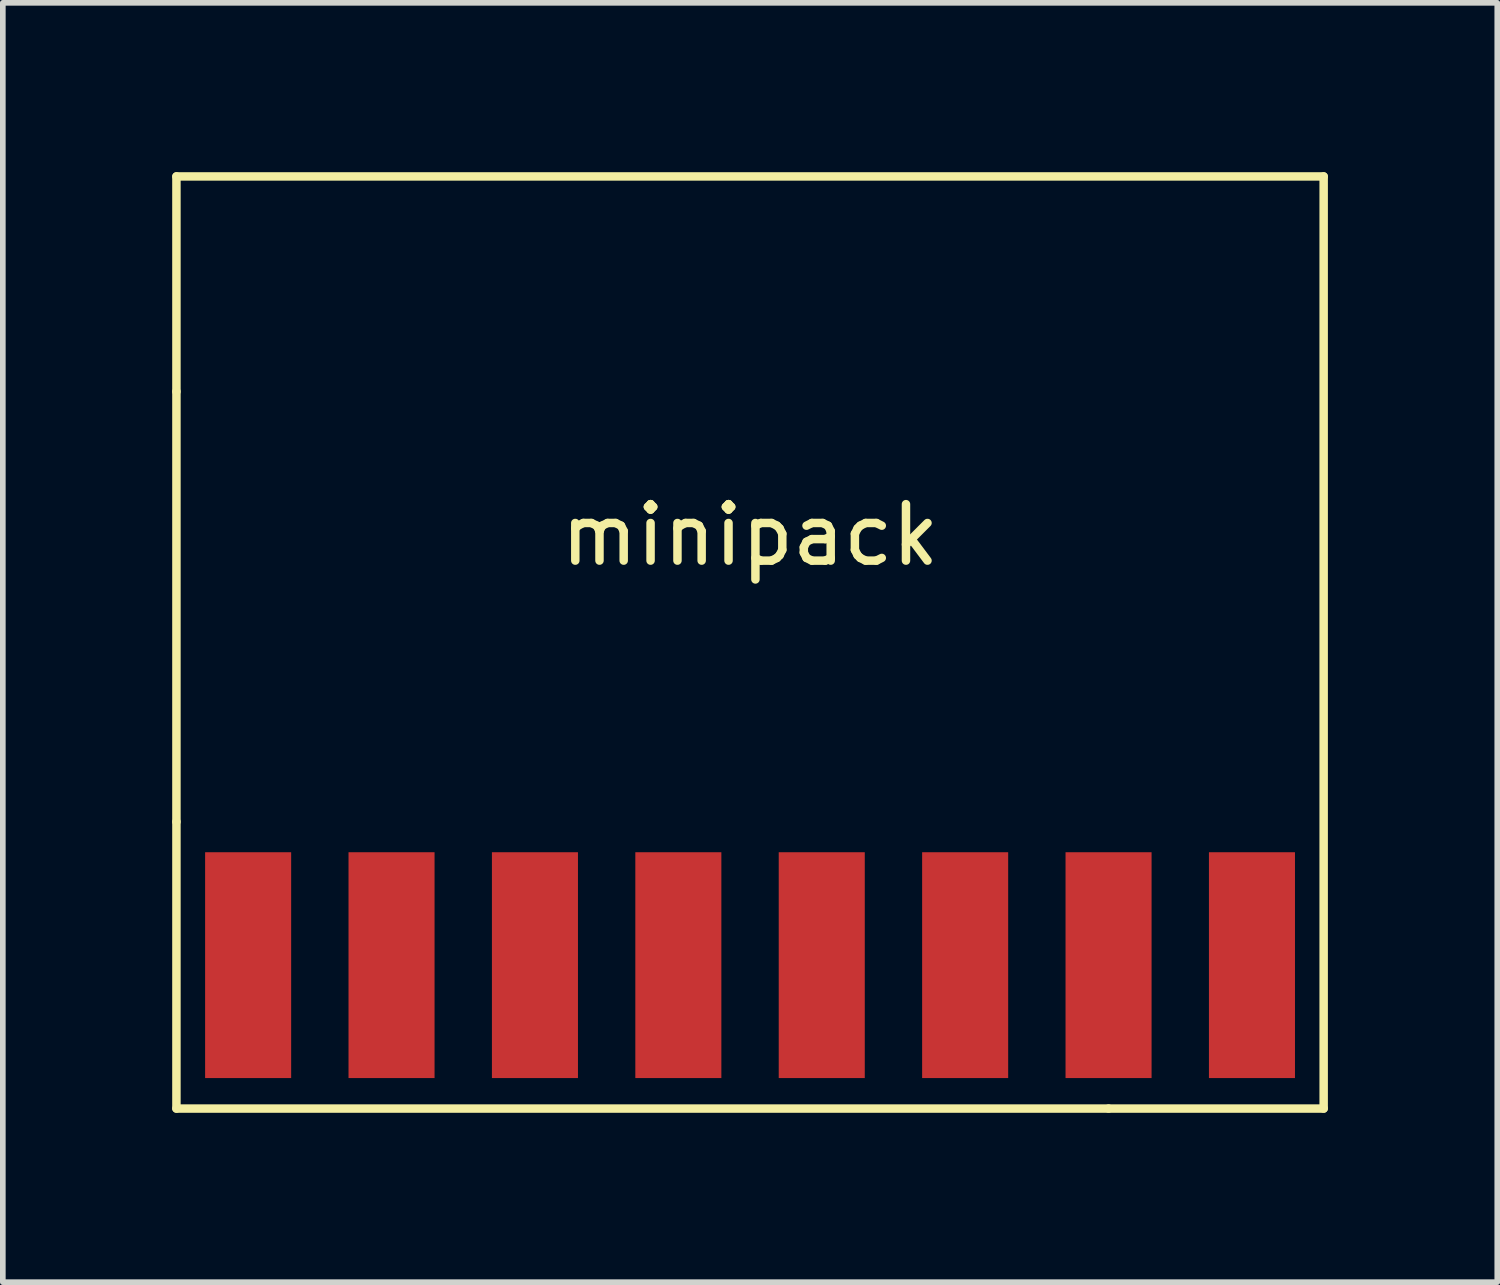
<source format=kicad_pcb>
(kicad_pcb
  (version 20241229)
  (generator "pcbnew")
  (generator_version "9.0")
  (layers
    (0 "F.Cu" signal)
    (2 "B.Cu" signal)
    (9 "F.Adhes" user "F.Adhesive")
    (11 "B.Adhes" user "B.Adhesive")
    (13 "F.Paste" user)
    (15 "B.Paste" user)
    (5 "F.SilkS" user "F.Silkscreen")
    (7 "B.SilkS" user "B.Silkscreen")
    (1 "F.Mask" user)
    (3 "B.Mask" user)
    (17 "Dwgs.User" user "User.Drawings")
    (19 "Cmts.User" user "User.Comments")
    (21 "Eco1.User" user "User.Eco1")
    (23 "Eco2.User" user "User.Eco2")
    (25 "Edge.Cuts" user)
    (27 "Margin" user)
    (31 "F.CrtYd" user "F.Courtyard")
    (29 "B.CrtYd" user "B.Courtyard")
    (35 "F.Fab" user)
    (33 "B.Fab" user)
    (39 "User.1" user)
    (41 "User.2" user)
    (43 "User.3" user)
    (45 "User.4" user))
  (footprint "minipack"
    (layer "F.Cu")
    (at 10.235 11.505)
    (property "Reference" "minipack" (at 0 -5.08 0) (layer "F.SilkS") (effects (font (size 1 1) (thickness 0.15))))
    (attr through_hole)
    (fp_line (start -10.16 -11.43) (end -10.16 -7.62) (stroke (width 0.15) (type solid)) (layer "F.SilkS"))
    (fp_line (start -10.16 -7.62) (end -10.16 0) (stroke (width 0.15) (type solid)) (layer "F.SilkS"))
    (fp_line (start -10.16 0) (end -10.16 5.08) (stroke (width 0.15) (type solid)) (layer "F.SilkS"))
    (fp_line (start -10.16 5.08) (end 6.35 5.08) (stroke (width 0.15) (type solid)) (layer "F.SilkS"))
    (fp_line (start 6.35 5.08) (end 10.16 5.08) (stroke (width 0.15) (type solid)) (layer "F.SilkS"))
    (fp_line (start 10.16 -11.43) (end -10.16 -11.43) (stroke (width 0.15) (type solid)) (layer "F.SilkS"))
    (fp_line (start 10.16 5.08) (end 10.16 -11.43) (stroke (width 0.15) (type solid)) (layer "F.SilkS"))
    (pad "1" smd rect (at -8.89 2.54) (size 1.524 4) (layers "F.Cu" "F.Mask" "F.Paste"))
    (pad "2" smd rect (at -6.35 2.54) (size 1.524 4) (layers "F.Cu" "F.Mask" "F.Paste"))
    (pad "3" smd rect (at -3.81 2.54) (size 1.524 4) (layers "F.Cu" "F.Mask" "F.Paste"))
    (pad "4" smd rect (at -1.27 2.54) (size 1.524 4) (layers "F.Cu" "F.Mask" "F.Paste"))
    (pad "5" smd rect (at 1.27 2.54) (size 1.524 4) (layers "F.Cu" "F.Mask" "F.Paste"))
    (pad "6" smd rect (at 3.81 2.54) (size 1.524 4) (layers "F.Cu" "F.Mask" "F.Paste"))
    (pad "7" smd rect (at 6.35 2.54) (size 1.524 4) (layers "F.Cu" "F.Mask" "F.Paste"))
    (pad "8" smd rect (at 8.89 2.54) (size 1.524 4) (layers "F.Cu" "F.Mask" "F.Paste")))
  (gr_rect
    (start -3 -3)
    (end 23.47 19.66)
    (stroke (width 0.1) (type default))
    (fill no)
    (layer "Edge.Cuts")))
</source>
